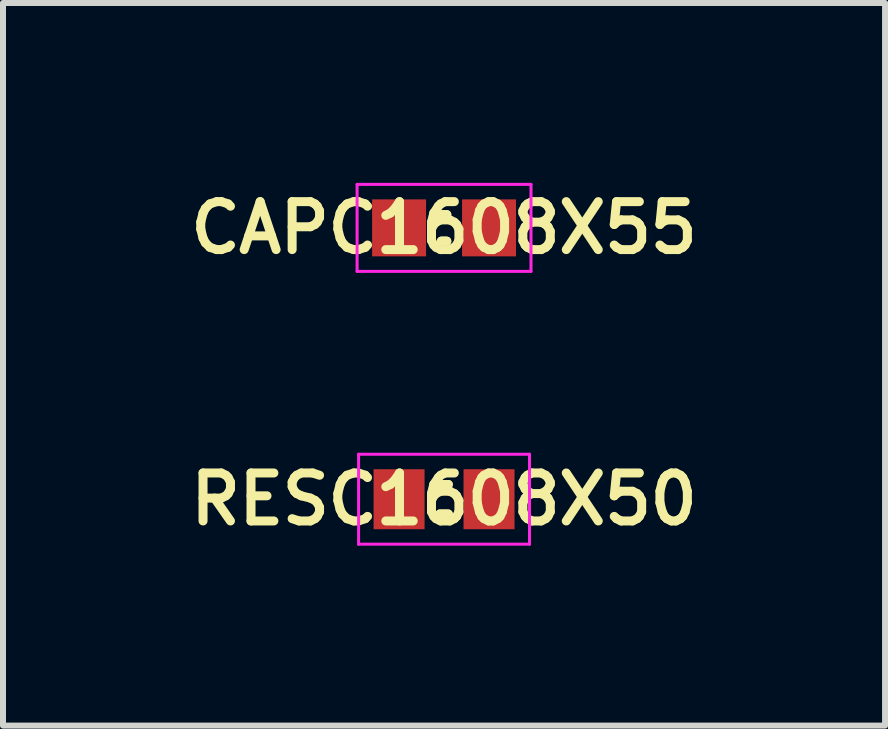
<source format=kicad_pcb>
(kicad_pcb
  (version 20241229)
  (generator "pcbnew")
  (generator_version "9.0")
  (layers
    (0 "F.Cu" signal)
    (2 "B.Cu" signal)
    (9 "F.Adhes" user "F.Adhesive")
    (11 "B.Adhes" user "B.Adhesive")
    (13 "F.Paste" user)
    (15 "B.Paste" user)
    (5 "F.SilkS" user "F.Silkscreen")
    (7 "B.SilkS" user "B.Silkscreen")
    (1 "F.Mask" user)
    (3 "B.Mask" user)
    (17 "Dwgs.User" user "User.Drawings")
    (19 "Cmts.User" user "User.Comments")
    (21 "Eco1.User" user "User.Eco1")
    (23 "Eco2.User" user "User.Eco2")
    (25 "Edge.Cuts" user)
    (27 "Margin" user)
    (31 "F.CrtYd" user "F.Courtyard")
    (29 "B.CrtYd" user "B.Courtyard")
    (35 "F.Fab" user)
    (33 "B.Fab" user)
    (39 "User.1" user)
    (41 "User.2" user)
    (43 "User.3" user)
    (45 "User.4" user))
  (footprint "CAPC1608X55"
    (layer "F.Cu")
    (at 4.355 0.75)
    (property "Reference" "CAPC1608X55" (at 0 0 0) (layer "F.SilkS") (effects (font (size 0.8 0.8) (thickness 0.15))))
    (attr smd)
    (fp_line (start -0.046 -0.221) (end 0.046 -0.221) (stroke (width 0.15) (type solid)) (layer "F.SilkS"))
    (fp_line (start -0.046 0.221) (end 0.046 0.221) (stroke (width 0.15) (type solid)) (layer "F.SilkS"))
    (fp_line (start 0.046 -0.221) (end -0.046 -0.221) (stroke (width 0.15) (type solid)) (layer "F.SilkS"))
    (fp_line (start 0.046 0.221) (end -0.046 0.221) (stroke (width 0.15) (type solid)) (layer "F.SilkS"))
    (fp_line (start -1.45 -0.725) (end 1.45 -0.725) (stroke (width 0.05) (type solid)) (layer "F.CrtYd"))
    (fp_line (start -1.45 0.725) (end -1.45 -0.725) (stroke (width 0.05) (type solid)) (layer "F.CrtYd"))
    (fp_line (start 1.45 -0.725) (end 1.45 0.725) (stroke (width 0.05) (type solid)) (layer "F.CrtYd"))
    (fp_line (start 1.45 0.725) (end -1.45 0.725) (stroke (width 0.05) (type solid)) (layer "F.CrtYd"))
    (pad "1" smd rect (at -0.75 0) (size 0.9 0.95) (layers "F.Cu" "F.Mask" "F.Paste"))
    (pad "2" smd rect (at 0.75 0) (size 0.9 0.95) (layers "F.Cu" "F.Mask" "F.Paste")))
  (footprint "RESC1608X50"
    (layer "F.Cu")
    (at 4.355 5.275)
    (property "Reference" "RESC1608X50" (at 0 0 0) (layer "F.SilkS") (effects (font (size 0.8 0.8) (thickness 0.15))))
    (attr smd)
    (fp_line (start -0.071 -0.246) (end 0.071 -0.246) (stroke (width 0.15) (type solid)) (layer "F.SilkS"))
    (fp_line (start -0.071 0.246) (end 0.071 0.246) (stroke (width 0.15) (type solid)) (layer "F.SilkS"))
    (fp_line (start 0.071 -0.246) (end -0.071 -0.246) (stroke (width 0.15) (type solid)) (layer "F.SilkS"))
    (fp_line (start 0.071 0.246) (end -0.071 0.246) (stroke (width 0.15) (type solid)) (layer "F.SilkS"))
    (fp_line (start -1.425 -0.75) (end 1.425 -0.75) (stroke (width 0.05) (type solid)) (layer "F.CrtYd"))
    (fp_line (start -1.425 0.75) (end -1.425 -0.75) (stroke (width 0.05) (type solid)) (layer "F.CrtYd"))
    (fp_line (start 1.425 -0.75) (end 1.425 0.75) (stroke (width 0.05) (type solid)) (layer "F.CrtYd"))
    (fp_line (start 1.425 0.75) (end -1.425 0.75) (stroke (width 0.05) (type solid)) (layer "F.CrtYd"))
    (pad "1" smd rect (at -0.75 0) (size 0.85 1) (layers "F.Cu" "F.Mask" "F.Paste"))
    (pad "2" smd rect (at 0.75 0) (size 0.85 1) (layers "F.Cu" "F.Mask" "F.Paste")))
  (gr_rect
    (start -3 -3)
    (end 11.709 9.05)
    (stroke (width 0.1) (type default))
    (fill no)
    (layer "Edge.Cuts")))
</source>
